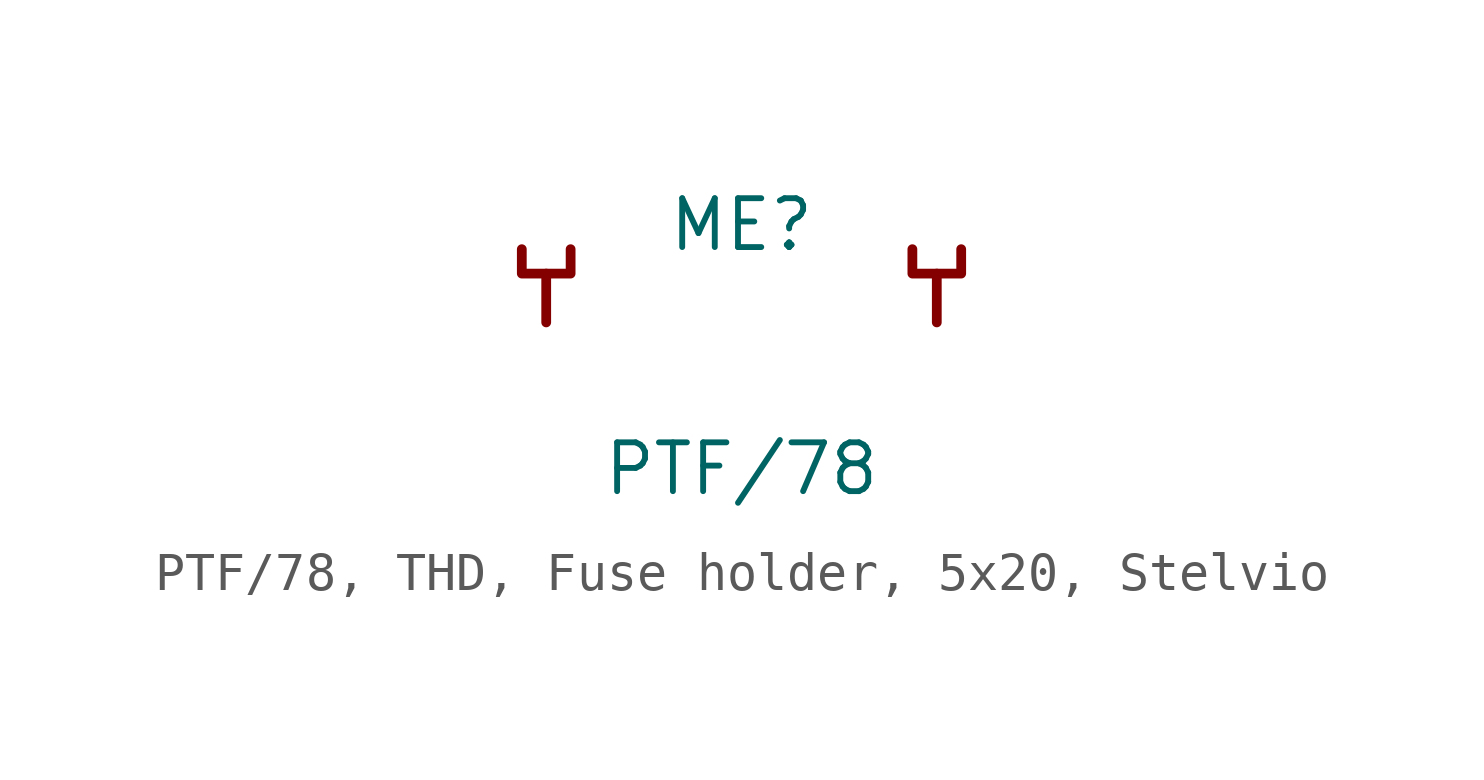
<source format=kicad_sym>
(kicad_symbol_lib
  (version 20241209)
  (generator "kicad_symbol_editor")
  (generator_version "9.0")
  (symbol "PTF/78, THD, Fuse holder, 5x20, Stelvio"
    (pin_numbers
      (hide yes))
    (pin_names
      (offset 0)
      (hide yes))
    (property "Reference" "ME"
      (at 0 2.54 0)
      (effects (font (size 1.27 1.27))))
    (property "Value" "PTF/78"
      (at 0 -3.81 0)
      (effects (font (size 1.27 1.27))))
    (symbol "PTF/78, THD, Fuse holder, 5x20, Stelvio_0_1"
      (polyline (pts (xy -5.715 1.905) (xy -5.715 1.27) (xy -4.445 1.27) (xy -4.445 1.905)) (stroke (width 0.254) (type default)) (fill (type none)))
      (polyline (pts (xy -5.08 1.27) (xy -5.08 0)) (stroke (width 0.254) (type default)) (fill (type none)))
      (polyline (pts (xy 4.445 1.905) (xy 4.445 1.27) (xy 5.715 1.27) (xy 5.715 1.905)) (stroke (width 0.254) (type default)) (fill (type none)))
      (polyline (pts (xy 5.08 1.27) (xy 5.08 0)) (stroke (width 0.254) (type default)) (fill (type none))))
    (symbol "PTF/78, THD, Fuse holder, 5x20, Stelvio_1_1"
      (pin passive line (at -5.08 0 0) (length 0) (name "1" (effects (font (size 1.27 1.27)))) (number "1" (effects (font (size 1.27 1.27)))))
      (pin passive line (at 5.08 0 180) (length 0) (name "2" (effects (font (size 1.27 1.27)))) (number "2" (effects (font (size 1.27 1.27))))))))
</source>
